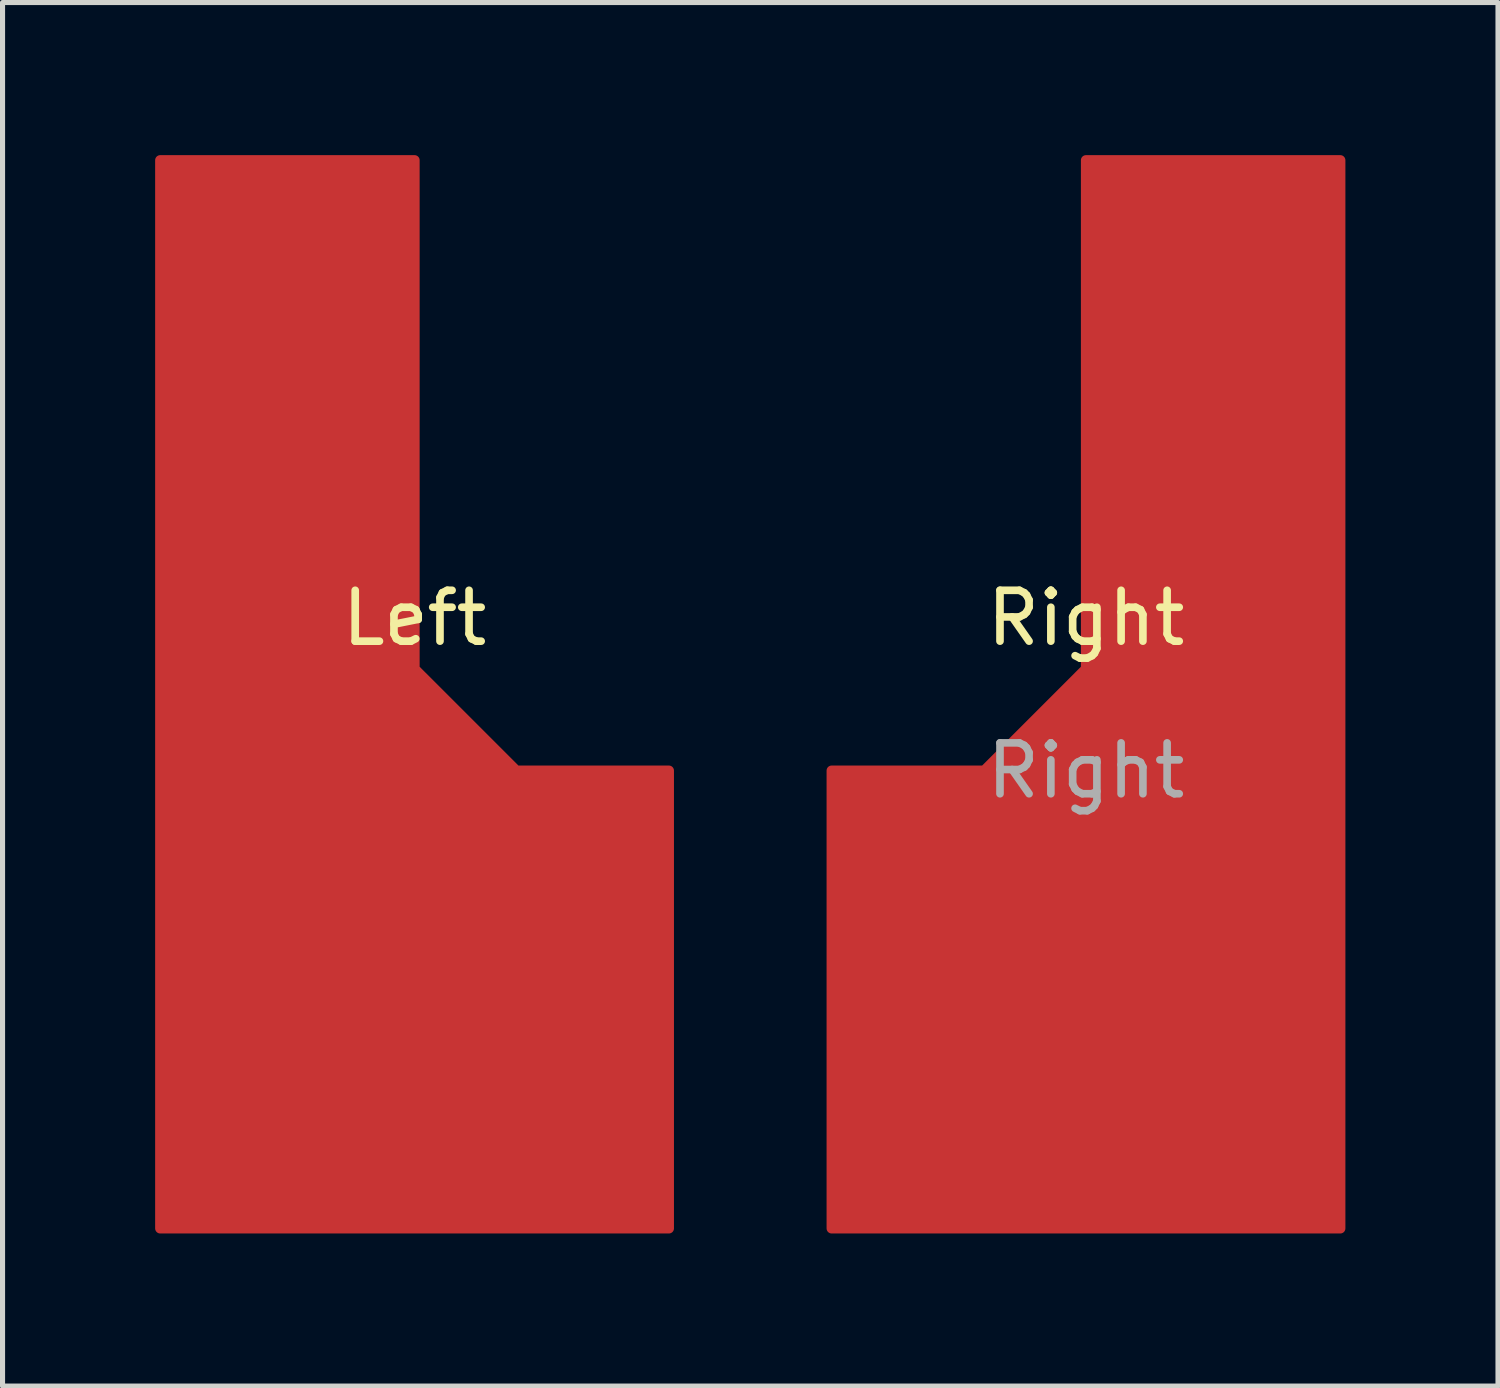
<source format=kicad_pcb>
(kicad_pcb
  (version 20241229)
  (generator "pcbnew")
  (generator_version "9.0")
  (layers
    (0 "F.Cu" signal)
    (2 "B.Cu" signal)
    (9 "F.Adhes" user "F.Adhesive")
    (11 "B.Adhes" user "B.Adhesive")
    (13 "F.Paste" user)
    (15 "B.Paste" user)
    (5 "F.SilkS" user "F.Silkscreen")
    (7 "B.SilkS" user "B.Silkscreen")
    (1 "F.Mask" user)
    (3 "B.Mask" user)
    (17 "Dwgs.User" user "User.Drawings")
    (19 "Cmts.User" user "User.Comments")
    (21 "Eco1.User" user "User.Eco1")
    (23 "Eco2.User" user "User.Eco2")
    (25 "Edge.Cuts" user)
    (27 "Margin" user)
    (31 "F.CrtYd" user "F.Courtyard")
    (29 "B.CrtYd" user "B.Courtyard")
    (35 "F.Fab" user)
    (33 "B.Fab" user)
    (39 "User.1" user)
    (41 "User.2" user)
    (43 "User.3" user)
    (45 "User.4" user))
  (footprint "Left"
    (layer "F.Cu")
    (at 5.1 9.6)
    (property "Reference" "Left" (at 0 -0.5 0) (unlocked yes) (layer "F.SilkS") (effects (font (size 1 1) (thickness 0.15))))
    (attr smd)
    (fp_poly (pts (xy 0 0.5) (xy 2 2.5) (xy 5 2.5) (xy 5 11.5) (xy -5 11.5) (xy -5 -9.5) (xy 0 -9.5)) (stroke (width 0.2) (type solid)) (fill yes) (layer "F.Cu"))
    (fp_poly (pts (xy 0 0.5) (xy 2 2.5) (xy 5 2.5) (xy 5 11.5) (xy -5 11.5) (xy -5 -9.5) (xy 0 -9.5)) (stroke (width 0.2) (type solid)) (fill yes) (layer "F.Mask"))
    (fp_poly (pts (xy 0 0.5) (xy 2 2.5) (xy 5 2.5) (xy 5 11.5) (xy -5 11.5) (xy -5 -9.5) (xy 0 -9.5)) (stroke (width 0.2) (type solid)) (fill yes) (layer "F.Paste")))
  (footprint "Right"
    (layer "F.Cu")
    (at 18.3 9.6)
    (property "Reference" "Right" (at 0 -0.5 0) (unlocked yes) (layer "F.SilkS") (effects (font (size 1 1) (thickness 0.15))))
    (attr smd)
    (fp_poly (pts (xy 5 11.5) (xy -5 11.5) (xy -5 2.5) (xy -2 2.5) (xy 0 0.5) (xy 0 -9.5) (xy 5 -9.5)) (stroke (width 0.1) (type solid)) (fill no) (layer "F.Cu"))
    (fp_poly (pts (xy 5 11.5) (xy -5 11.5) (xy -5 2.5) (xy -2 2.5) (xy 0 0.5) (xy 0 -9.5) (xy 5 -9.5)) (stroke (width 0.1) (type solid)) (fill no) (layer "F.Cu"))
    (fp_poly (pts (xy 5 11.5) (xy -5 11.5) (xy -5 2.5) (xy -2 2.5) (xy 0 0.5) (xy 0 -9.5) (xy 5 -9.5)) (stroke (width 0.2) (type solid)) (fill yes) (layer "F.Cu"))
    (fp_poly (pts (xy 5 11.5) (xy -5 11.5) (xy -5 2.5) (xy -2 2.5) (xy 0 0.5) (xy 0 -9.5) (xy 5 -9.5)) (stroke (width 0.2) (type solid)) (fill yes) (layer "F.Mask"))
    (fp_poly (pts (xy 5 11.5) (xy -5 11.5) (xy -5 2.5) (xy -2 2.5) (xy 0 0.5) (xy 0 -9.5) (xy 5 -9.5)) (stroke (width 0.2) (type solid)) (fill yes) (layer "F.Paste"))
    (fp_text user "${REFERENCE}" (at 0 2.5 0) (unlocked yes) (layer "F.Fab") (effects (font (size 1 1) (thickness 0.15)))))
  (gr_rect
    (start -3 -3)
    (end 26.4 24.2)
    (stroke (width 0.1) (type default))
    (fill no)
    (layer "Edge.Cuts")))
</source>
